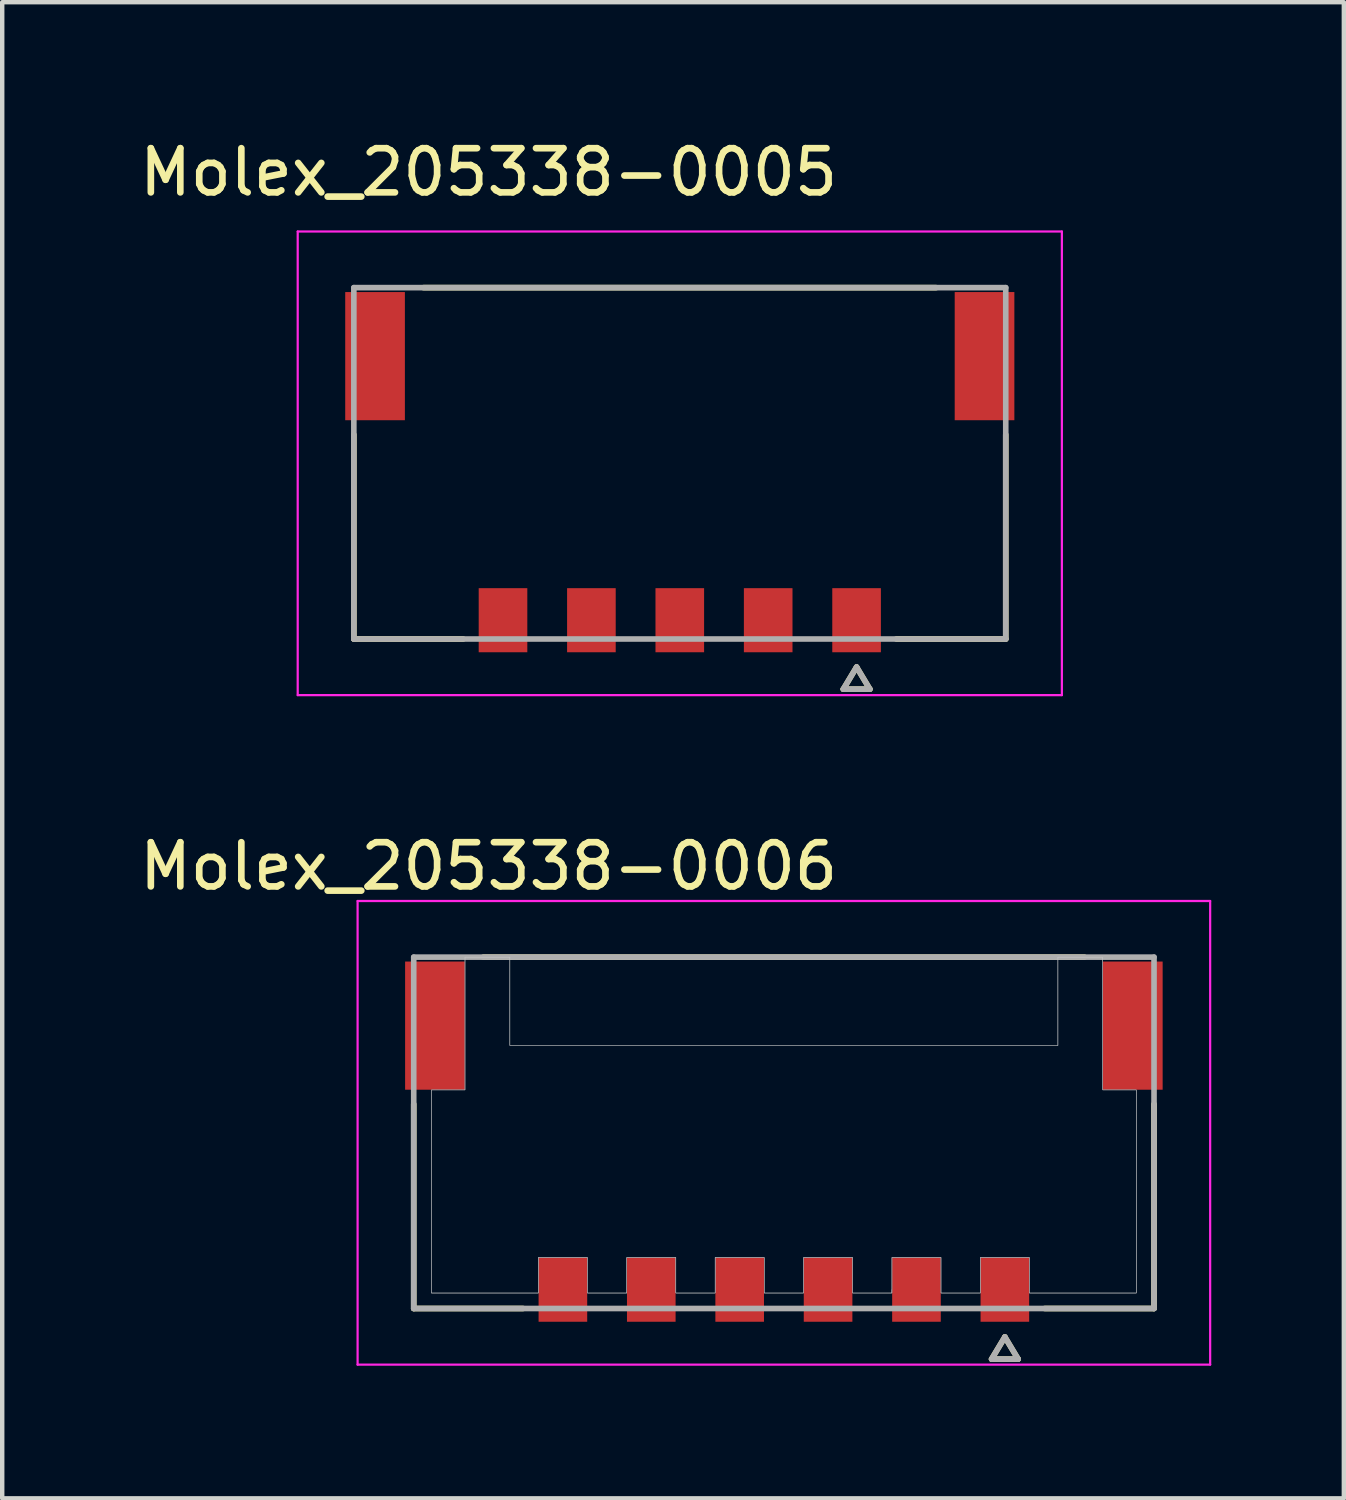
<source format=kicad_pcb>
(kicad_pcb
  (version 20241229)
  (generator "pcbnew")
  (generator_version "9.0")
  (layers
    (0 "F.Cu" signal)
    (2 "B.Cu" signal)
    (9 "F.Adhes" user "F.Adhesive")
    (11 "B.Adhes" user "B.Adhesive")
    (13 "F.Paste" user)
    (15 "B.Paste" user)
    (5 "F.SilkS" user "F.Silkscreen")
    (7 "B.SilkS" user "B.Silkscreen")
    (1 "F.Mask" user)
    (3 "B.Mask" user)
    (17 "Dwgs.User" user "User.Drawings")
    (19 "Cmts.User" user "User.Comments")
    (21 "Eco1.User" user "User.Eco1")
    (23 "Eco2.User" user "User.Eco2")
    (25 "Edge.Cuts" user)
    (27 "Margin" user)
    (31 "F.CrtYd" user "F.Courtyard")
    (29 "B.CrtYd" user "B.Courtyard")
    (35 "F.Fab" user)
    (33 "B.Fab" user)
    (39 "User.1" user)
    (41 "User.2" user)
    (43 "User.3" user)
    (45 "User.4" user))
  (footprint "Molex_205338-0005"
    (layer "F.Cu")
    (at 16.331 10.983)
    (property "Reference" "Molex_205338-0005" (at -8.325 -10.135 0) (layer "F.SilkS") (effects (font (size 1 1) (thickness 0.15))))
    (attr smd)
    (fp_poly (pts (xy -11.646 -7.501) (xy -10.144 -7.501) (xy -10.144 -4.449) (xy -11.646 -4.449)) (stroke (width 0.01) (type solid)) (fill yes) (layer "F.Mask"))
    (fp_poly (pts (xy -8.626 -0.801) (xy -7.374 -0.801) (xy -7.374 0.801) (xy -8.626 0.801)) (stroke (width 0.01) (type solid)) (fill yes) (layer "F.Mask"))
    (fp_poly (pts (xy -6.626 -0.801) (xy -5.374 -0.801) (xy -5.374 0.801) (xy -6.626 0.801)) (stroke (width 0.01) (type solid)) (fill yes) (layer "F.Mask"))
    (fp_poly (pts (xy -4.626 -0.801) (xy -3.374 -0.801) (xy -3.374 0.801) (xy -4.626 0.801)) (stroke (width 0.01) (type solid)) (fill yes) (layer "F.Mask"))
    (fp_poly (pts (xy -2.626 -0.801) (xy -1.374 -0.801) (xy -1.374 0.801) (xy -2.626 0.801)) (stroke (width 0.01) (type solid)) (fill yes) (layer "F.Mask"))
    (fp_poly (pts (xy -0.626 -0.801) (xy 0.626 -0.801) (xy 0.626 0.801) (xy -0.626 0.801)) (stroke (width 0.01) (type solid)) (fill yes) (layer "F.Mask"))
    (fp_poly (pts (xy 2.144 -7.501) (xy 3.646 -7.501) (xy 3.646 -4.449) (xy 2.144 -4.449)) (stroke (width 0.01) (type solid)) (fill yes) (layer "F.Mask"))
    (fp_line (start -11.375 0.425) (end -11.375 -4.2) (stroke (width 0.127) (type solid)) (layer "F.SilkS"))
    (fp_line (start -8.9 0.425) (end -11.375 0.425) (stroke (width 0.127) (type solid)) (layer "F.SilkS"))
    (fp_line (start -0.3 1.56) (end 0 1.06) (stroke (width 0.127) (type solid)) (layer "F.SilkS"))
    (fp_line (start 0 1.06) (end 0.3 1.56) (stroke (width 0.127) (type solid)) (layer "F.SilkS"))
    (fp_line (start 0.3 1.56) (end -0.3 1.56) (stroke (width 0.127) (type solid)) (layer "F.SilkS"))
    (fp_line (start 1.8 -7.525) (end -9.8 -7.525) (stroke (width 0.127) (type solid)) (layer "F.SilkS"))
    (fp_line (start 3.375 -4.2) (end 3.375 0.425) (stroke (width 0.127) (type solid)) (layer "F.SilkS"))
    (fp_line (start 3.375 0.425) (end 0.9 0.425) (stroke (width 0.127) (type solid)) (layer "F.SilkS"))
    (fp_line (start -12.645 -8.795) (end 4.645 -8.795) (stroke (width 0.05) (type solid)) (layer "F.CrtYd"))
    (fp_line (start -12.645 1.695) (end -12.645 -8.795) (stroke (width 0.05) (type solid)) (layer "F.CrtYd"))
    (fp_line (start -12.645 1.695) (end 4.645 1.695) (stroke (width 0.05) (type solid)) (layer "F.CrtYd"))
    (fp_line (start 4.645 -8.795) (end 4.645 1.695) (stroke (width 0.05) (type solid)) (layer "F.CrtYd"))
    (fp_line (start -11.375 -7.525) (end 3.375 -7.525) (stroke (width 0.127) (type solid)) (layer "F.Fab"))
    (fp_line (start -11.375 0.425) (end -11.375 -7.525) (stroke (width 0.127) (type solid)) (layer "F.Fab"))
    (fp_line (start -0.3 1.56) (end 0 1.06) (stroke (width 0.127) (type solid)) (layer "F.Fab"))
    (fp_line (start 0 1.06) (end 0.3 1.56) (stroke (width 0.127) (type solid)) (layer "F.Fab"))
    (fp_line (start 0.3 1.56) (end -0.3 1.56) (stroke (width 0.127) (type solid)) (layer "F.Fab"))
    (fp_line (start 3.375 -7.525) (end 3.375 0.425) (stroke (width 0.127) (type solid)) (layer "F.Fab"))
    (fp_line (start 3.375 0.425) (end -11.375 0.425) (stroke (width 0.127) (type solid)) (layer "F.Fab"))
    (pad "1" smd rect (at 0 0) (size 1.1 1.45) (layers "F.Cu" "F.Paste"))
    (pad "2" smd rect (at -2 0) (size 1.1 1.45) (layers "F.Cu" "F.Paste"))
    (pad "3" smd rect (at -4 0) (size 1.1 1.45) (layers "F.Cu" "F.Paste"))
    (pad "4" smd rect (at -6 0) (size 1.1 1.45) (layers "F.Cu" "F.Paste"))
    (pad "5" smd rect (at -8 0) (size 1.1 1.45) (layers "F.Cu" "F.Paste"))
    (pad "S1" smd rect (at 2.895 -5.975) (size 1.35 2.9) (layers "F.Cu" "F.Paste"))
    (pad "S2" smd rect (at -10.895 -5.975) (size 1.35 2.9) (layers "F.Cu" "F.Paste"))
    (zone (net_name "") (layer "F.Cu") (hatch full 0.508) (connect_pads) (min_thickness 0.01) (filled_areas_thickness no) (keepout (tracks not_allowed) (vias not_allowed) (pads not_allowed) (copperpour not_allowed) (footprints allowed)) (placement (enabled no)) (fill) (polygon (pts (xy 6.116 6.463) (xy 6.116 3.458) (xy 7.131 3.458) (xy 7.131 5.458) (xy 17.531 5.458) (xy 17.531 3.458) (xy 18.546 3.458) (xy 18.546 6.463) (xy 19.306 6.463) (xy 19.306 11.058) (xy 16.886 11.058) (xy 16.886 10.253) (xy 15.776 10.253) (xy 15.776 11.058) (xy 14.886 11.058) (xy 14.886 10.253) (xy 13.776 10.253) (xy 13.776 11.058) (xy 13.771 10.983) (xy 13.771 11.058) (xy 12.886 11.058) (xy 12.886 10.253) (xy 11.776 10.253) (xy 11.776 11.058) (xy 10.886 11.058) (xy 10.886 10.253) (xy 9.776 10.253) (xy 9.776 11.058) (xy 8.886 11.058) (xy 8.886 10.253) (xy 7.776 10.253) (xy 7.776 11.058) (xy 5.356 11.058) (xy 5.356 6.463))))
    (zone (net_name "") (layers "F.Cu" "B.Cu") (hatch full 0.508) (connect_pads) (min_thickness 0.01) (filled_areas_thickness no) (keepout (tracks allowed) (vias not_allowed) (pads allowed) (copperpour allowed) (footprints allowed)) (placement (enabled no)) (fill) (polygon (pts (xy 6.116 6.463) (xy 6.116 3.458) (xy 7.131 3.458) (xy 7.131 5.458) (xy 17.531 5.458) (xy 17.531 3.458) (xy 18.546 3.458) (xy 18.546 6.463) (xy 19.306 6.463) (xy 19.306 11.058) (xy 16.886 11.058) (xy 16.886 10.253) (xy 15.776 10.253) (xy 15.776 11.058) (xy 14.886 11.058) (xy 14.886 10.253) (xy 13.776 10.253) (xy 13.776 11.058) (xy 12.886 11.058) (xy 12.886 10.253) (xy 11.776 10.253) (xy 11.776 11.058) (xy 10.886 11.058) (xy 10.886 10.253) (xy 9.776 10.253) (xy 9.776 11.058) (xy 8.886 11.058) (xy 8.886 10.253) (xy 7.776 10.253) (xy 7.776 11.058) (xy 5.356 11.058) (xy 5.356 6.463)))))
  (footprint "Molex_205338-0006"
    (layer "F.Cu")
    (at 19.686 26.131)
    (property "Reference" "Molex_205338-0006" (at -11.68 -9.58 0) (layer "F.SilkS") (effects (font (size 1 1) (thickness 0.15))))
    (attr smd)
    (fp_poly (pts (xy -13.646 -7.501) (xy -12.144 -7.501) (xy -12.144 -4.449) (xy -13.646 -4.449)) (stroke (width 0.01) (type solid)) (fill yes) (layer "F.Mask"))
    (fp_poly (pts (xy -10.626 -0.801) (xy -9.374 -0.801) (xy -9.374 0.801) (xy -10.626 0.801)) (stroke (width 0.01) (type solid)) (fill yes) (layer "F.Mask"))
    (fp_poly (pts (xy -8.626 -0.801) (xy -7.374 -0.801) (xy -7.374 0.801) (xy -8.626 0.801)) (stroke (width 0.01) (type solid)) (fill yes) (layer "F.Mask"))
    (fp_poly (pts (xy -6.626 -0.801) (xy -5.374 -0.801) (xy -5.374 0.801) (xy -6.626 0.801)) (stroke (width 0.01) (type solid)) (fill yes) (layer "F.Mask"))
    (fp_poly (pts (xy -4.626 -0.801) (xy -3.374 -0.801) (xy -3.374 0.801) (xy -4.626 0.801)) (stroke (width 0.01) (type solid)) (fill yes) (layer "F.Mask"))
    (fp_poly (pts (xy -2.626 -0.801) (xy -1.374 -0.801) (xy -1.374 0.801) (xy -2.626 0.801)) (stroke (width 0.01) (type solid)) (fill yes) (layer "F.Mask"))
    (fp_poly (pts (xy -0.626 -0.801) (xy 0.626 -0.801) (xy 0.626 0.801) (xy -0.626 0.801)) (stroke (width 0.01) (type solid)) (fill yes) (layer "F.Mask"))
    (fp_poly (pts (xy 2.144 -7.501) (xy 3.646 -7.501) (xy 3.646 -4.449) (xy 2.144 -4.449)) (stroke (width 0.01) (type solid)) (fill yes) (layer "F.Mask"))
    (fp_line (start -13.375 0.425) (end -13.375 -4.2) (stroke (width 0.127) (type solid)) (layer "F.SilkS"))
    (fp_line (start -10.9 0.425) (end -13.375 0.425) (stroke (width 0.127) (type solid)) (layer "F.SilkS"))
    (fp_line (start -0.3 1.57) (end 0 1.07) (stroke (width 0.127) (type solid)) (layer "F.SilkS"))
    (fp_line (start 0 1.07) (end 0.3 1.57) (stroke (width 0.127) (type solid)) (layer "F.SilkS"))
    (fp_line (start 0.3 1.57) (end -0.3 1.57) (stroke (width 0.127) (type solid)) (layer "F.SilkS"))
    (fp_line (start 1.8 -7.525) (end -11.8 -7.525) (stroke (width 0.127) (type solid)) (layer "F.SilkS"))
    (fp_line (start 3.375 -4.2) (end 3.375 0.425) (stroke (width 0.127) (type solid)) (layer "F.SilkS"))
    (fp_line (start 3.375 0.425) (end 0.9 0.425) (stroke (width 0.127) (type solid)) (layer "F.SilkS"))
    (fp_poly (pts (xy -12.215 -4.52) (xy -12.215 -7.525) (xy -11.2 -7.525) (xy -11.2 -5.525) (xy 1.2 -5.525) (xy 1.2 -7.525) (xy 2.215 -7.525) (xy 2.215 -4.52) (xy 2.975 -4.52) (xy 2.975 0.075) (xy 0.555 0.075) (xy 0.555 -0.73) (xy -0.555 -0.73) (xy -0.555 0.075) (xy -1.445 0.075) (xy -1.445 -0.73) (xy -2.555 -0.73) (xy -2.555 0.075) (xy -3.445 0.075) (xy -3.445 -0.73) (xy -4.555 -0.73) (xy -4.555 0.075) (xy -5.445 0.075) (xy -5.445 -0.73) (xy -6.555 -0.73) (xy -6.555 0.075) (xy -7.445 0.075) (xy -7.445 -0.73) (xy -8.555 -0.73) (xy -8.555 0.075) (xy -9.445 0.075) (xy -9.445 -0.73) (xy -10.555 -0.73) (xy -10.555 0.075) (xy -12.975 0.075) (xy -12.975 -4.52)) (stroke (width 0.01) (type solid)) (fill no) (layer "Dwgs.User"))
    (fp_poly (pts (xy -12.215 -4.52) (xy -12.215 -7.525) (xy -11.2 -7.525) (xy -11.2 -5.525) (xy 1.2 -5.525) (xy 1.2 -7.525) (xy 2.215 -7.525) (xy 2.215 -4.52) (xy 2.975 -4.52) (xy 2.975 0.075) (xy 0.555 0.075) (xy 0.555 -0.73) (xy -0.555 -0.73) (xy -0.555 0.075) (xy -1.445 0.075) (xy -1.445 -0.73) (xy -2.555 -0.73) (xy -2.555 0.075) (xy -2.56 0) (xy -2.56 0.075) (xy -3.445 0.075) (xy -3.445 -0.73) (xy -4.555 -0.73) (xy -4.555 0.075) (xy -5.445 0.075) (xy -5.445 -0.73) (xy -6.555 -0.73) (xy -6.555 0.075) (xy -7.445 0.075) (xy -7.445 -0.73) (xy -8.555 -0.73) (xy -8.555 0.075) (xy -9.445 0.075) (xy -9.445 -0.73) (xy -10.555 -0.73) (xy -10.555 0.075) (xy -12.975 0.075) (xy -12.975 -4.52)) (stroke (width 0.01) (type solid)) (fill no) (layer "Dwgs.User"))
    (fp_line (start -14.645 -8.795) (end 4.645 -8.795) (stroke (width 0.05) (type solid)) (layer "F.CrtYd"))
    (fp_line (start -14.645 1.695) (end -14.645 -8.795) (stroke (width 0.05) (type solid)) (layer "F.CrtYd"))
    (fp_line (start -14.645 1.695) (end 4.645 1.695) (stroke (width 0.05) (type solid)) (layer "F.CrtYd"))
    (fp_line (start 4.645 -8.795) (end 4.645 1.695) (stroke (width 0.05) (type solid)) (layer "F.CrtYd"))
    (fp_line (start -13.375 -7.525) (end 3.375 -7.525) (stroke (width 0.127) (type solid)) (layer "F.Fab"))
    (fp_line (start -13.375 0.425) (end -13.375 -7.525) (stroke (width 0.127) (type solid)) (layer "F.Fab"))
    (fp_line (start -0.3 1.57) (end 0 1.07) (stroke (width 0.127) (type solid)) (layer "F.Fab"))
    (fp_line (start 0 1.07) (end 0.3 1.57) (stroke (width 0.127) (type solid)) (layer "F.Fab"))
    (fp_line (start 0.3 1.57) (end -0.3 1.57) (stroke (width 0.127) (type solid)) (layer "F.Fab"))
    (fp_line (start 3.375 -7.525) (end 3.375 0.425) (stroke (width 0.127) (type solid)) (layer "F.Fab"))
    (fp_line (start 3.375 0.425) (end -13.375 0.425) (stroke (width 0.127) (type solid)) (layer "F.Fab"))
    (pad "1" smd rect (at 0 0) (size 1.1 1.45) (layers "F.Cu" "F.Paste"))
    (pad "2" smd rect (at -2 0) (size 1.1 1.45) (layers "F.Cu" "F.Paste"))
    (pad "3" smd rect (at -4 0) (size 1.1 1.45) (layers "F.Cu" "F.Paste"))
    (pad "4" smd rect (at -6 0) (size 1.1 1.45) (layers "F.Cu" "F.Paste"))
    (pad "5" smd rect (at -8 0) (size 1.1 1.45) (layers "F.Cu" "F.Paste"))
    (pad "6" smd rect (at -10 0) (size 1.1 1.45) (layers "F.Cu" "F.Paste"))
    (pad "S1" smd rect (at 2.895 -5.975) (size 1.35 2.9) (layers "F.Cu" "F.Paste"))
    (pad "S2" smd rect (at -12.895 -5.975) (size 1.35 2.9) (layers "F.Cu" "F.Paste")))
  (gr_rect
    (start -3 -3)
    (end 27.356 30.852)
    (stroke (width 0.1) (type default))
    (fill no)
    (layer "Edge.Cuts")))
</source>
